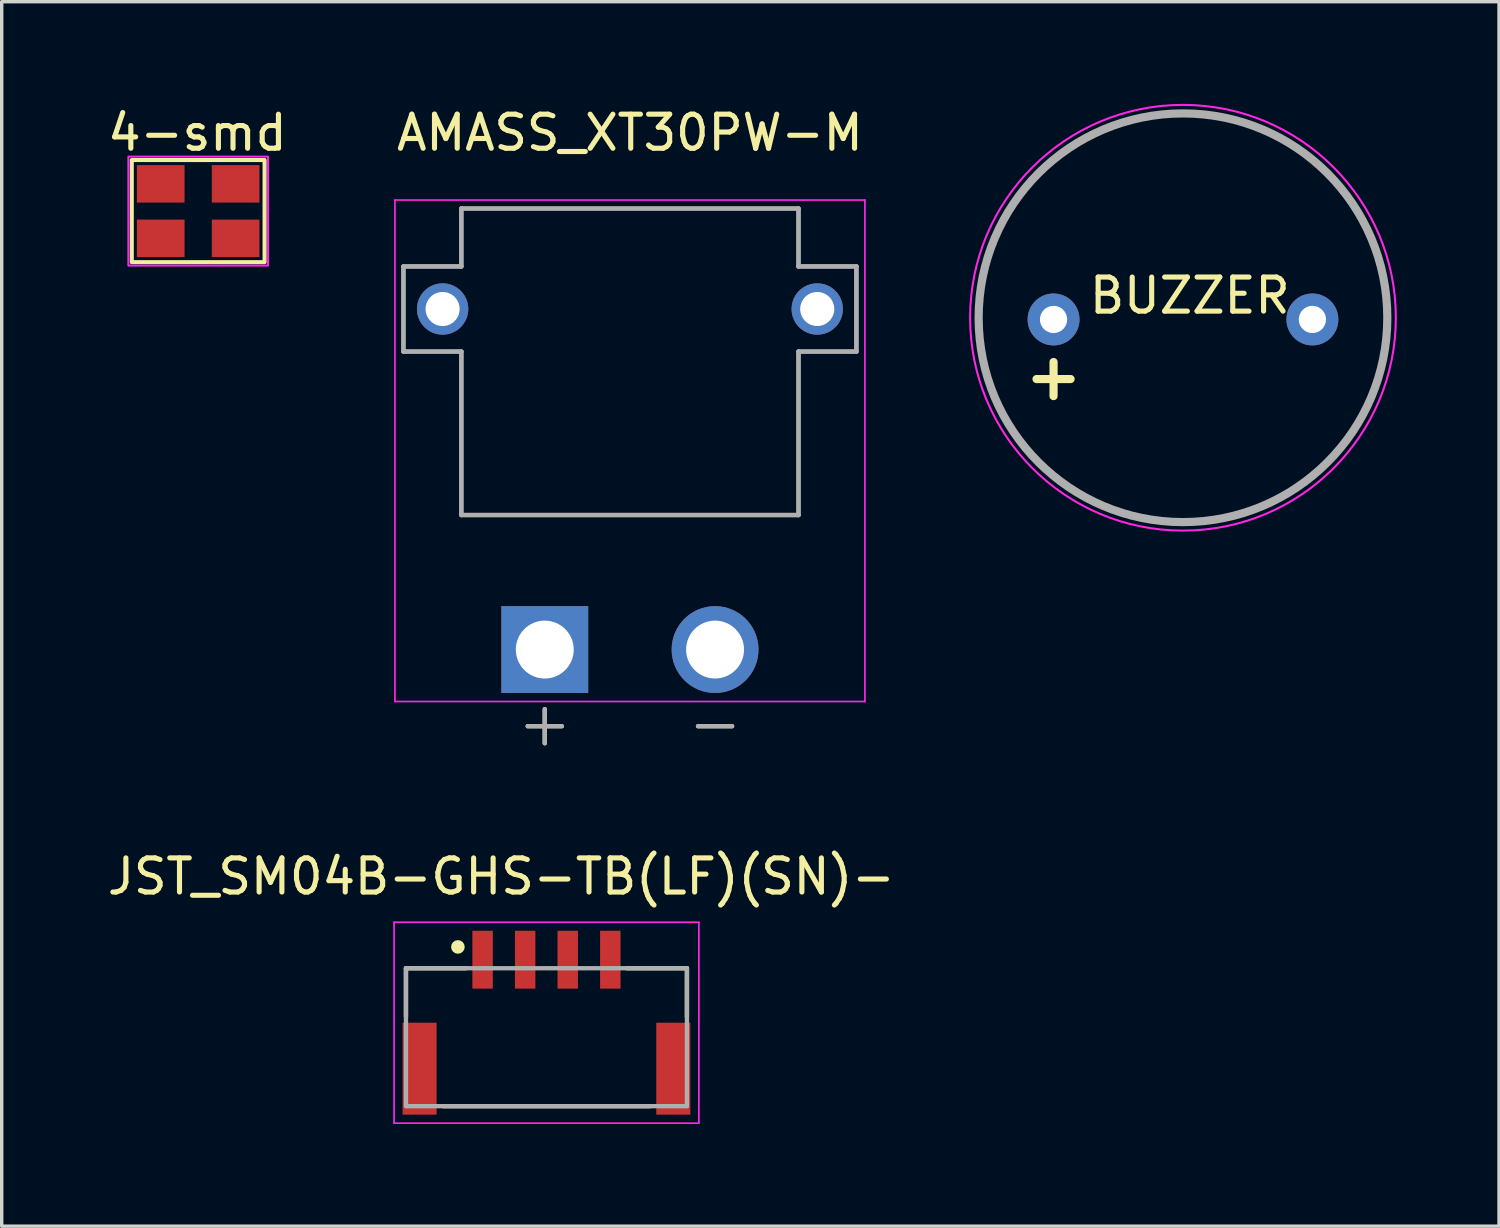
<source format=kicad_pcb>
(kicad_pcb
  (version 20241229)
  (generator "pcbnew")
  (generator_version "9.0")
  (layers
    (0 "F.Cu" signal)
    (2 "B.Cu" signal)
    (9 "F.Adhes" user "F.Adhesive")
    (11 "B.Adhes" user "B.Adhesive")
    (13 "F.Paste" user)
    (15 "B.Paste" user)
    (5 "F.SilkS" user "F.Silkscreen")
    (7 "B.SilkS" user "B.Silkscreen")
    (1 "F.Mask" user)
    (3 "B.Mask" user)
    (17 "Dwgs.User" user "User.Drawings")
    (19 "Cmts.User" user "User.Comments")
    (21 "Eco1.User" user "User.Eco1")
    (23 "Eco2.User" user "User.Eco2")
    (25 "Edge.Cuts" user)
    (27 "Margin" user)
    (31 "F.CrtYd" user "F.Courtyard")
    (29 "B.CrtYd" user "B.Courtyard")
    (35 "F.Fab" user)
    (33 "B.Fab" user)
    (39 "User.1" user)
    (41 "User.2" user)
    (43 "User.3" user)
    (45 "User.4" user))
  (footprint "AMASS_XT30PW-M"
    (layer "F.Cu")
    (at 15.446 6.023)
    (property "Reference" "AMASS_XT30PW-M" (at 0 -5.175 0) (layer "F.SilkS") (effects (font (size 1 1) (thickness 0.15))))
    (attr through_hole)
    (fp_line (start -3 12.25) (end -2 12.25) (stroke (width 0.127) (type solid)) (layer "F.SilkS"))
    (fp_line (start -2.5 12.75) (end -2.5 11.75) (stroke (width 0.127) (type solid)) (layer "F.SilkS"))
    (fp_line (start 2 12.25) (end 3 12.25) (stroke (width 0.127) (type solid)) (layer "F.SilkS"))
    (fp_line (start -6.9 -3.2) (end -6.9 11.525) (stroke (width 0.05) (type solid)) (layer "F.CrtYd"))
    (fp_line (start -6.9 11.525) (end 6.9 11.525) (stroke (width 0.05) (type solid)) (layer "F.CrtYd"))
    (fp_line (start 6.9 -3.2) (end -6.9 -3.2) (stroke (width 0.05) (type solid)) (layer "F.CrtYd"))
    (fp_line (start 6.9 11.525) (end 6.9 -3.2) (stroke (width 0.05) (type solid)) (layer "F.CrtYd"))
    (fp_line (start -6.65 -1.25) (end -4.95 -1.25) (stroke (width 0.127) (type solid)) (layer "F.Fab"))
    (fp_line (start -6.65 -1.25) (end -4.95 -1.25) (stroke (width 0.127) (type solid)) (layer "F.Fab"))
    (fp_line (start -6.65 1.25) (end -6.65 -1.25) (stroke (width 0.127) (type solid)) (layer "F.Fab"))
    (fp_line (start -6.65 1.25) (end -6.65 -1.25) (stroke (width 0.127) (type solid)) (layer "F.Fab"))
    (fp_line (start -4.95 -2.95) (end 4.95 -2.95) (stroke (width 0.127) (type solid)) (layer "F.Fab"))
    (fp_line (start -4.95 -2.95) (end 4.95 -2.95) (stroke (width 0.127) (type solid)) (layer "F.Fab"))
    (fp_line (start -4.95 -1.25) (end -4.95 -2.95) (stroke (width 0.127) (type solid)) (layer "F.Fab"))
    (fp_line (start -4.95 -1.25) (end -4.95 -2.95) (stroke (width 0.127) (type solid)) (layer "F.Fab"))
    (fp_line (start -4.95 1.25) (end -6.65 1.25) (stroke (width 0.127) (type solid)) (layer "F.Fab"))
    (fp_line (start -4.95 1.25) (end -6.65 1.25) (stroke (width 0.127) (type solid)) (layer "F.Fab"))
    (fp_line (start -4.95 6.05) (end -4.95 1.25) (stroke (width 0.127) (type solid)) (layer "F.Fab"))
    (fp_line (start -4.95 6.05) (end -4.95 1.25) (stroke (width 0.127) (type solid)) (layer "F.Fab"))
    (fp_line (start -3 12.25) (end -2 12.25) (stroke (width 0.127) (type solid)) (layer "F.Fab"))
    (fp_line (start -2.5 12.75) (end -2.5 11.75) (stroke (width 0.127) (type solid)) (layer "F.Fab"))
    (fp_line (start 2 12.25) (end 3 12.25) (stroke (width 0.127) (type solid)) (layer "F.Fab"))
    (fp_line (start 4.95 -2.95) (end 4.95 -1.25) (stroke (width 0.127) (type solid)) (layer "F.Fab"))
    (fp_line (start 4.95 -2.95) (end 4.95 -1.25) (stroke (width 0.127) (type solid)) (layer "F.Fab"))
    (fp_line (start 4.95 -1.25) (end 6.65 -1.25) (stroke (width 0.127) (type solid)) (layer "F.Fab"))
    (fp_line (start 4.95 -1.25) (end 6.65 -1.25) (stroke (width 0.127) (type solid)) (layer "F.Fab"))
    (fp_line (start 4.95 1.25) (end 4.95 6.05) (stroke (width 0.127) (type solid)) (layer "F.Fab"))
    (fp_line (start 4.95 1.25) (end 4.95 6.05) (stroke (width 0.127) (type solid)) (layer "F.Fab"))
    (fp_line (start 4.95 6.05) (end -4.95 6.05) (stroke (width 0.127) (type solid)) (layer "F.Fab"))
    (fp_line (start 4.95 6.05) (end -4.95 6.05) (stroke (width 0.127) (type solid)) (layer "F.Fab"))
    (fp_line (start 6.65 -1.25) (end 6.65 1.25) (stroke (width 0.127) (type solid)) (layer "F.Fab"))
    (fp_line (start 6.65 -1.25) (end 6.65 1.25) (stroke (width 0.127) (type solid)) (layer "F.Fab"))
    (fp_line (start 6.65 1.25) (end 4.95 1.25) (stroke (width 0.127) (type solid)) (layer "F.Fab"))
    (fp_line (start 6.65 1.25) (end 4.95 1.25) (stroke (width 0.127) (type solid)) (layer "F.Fab"))
    (pad "" thru_hole circle (at -5.5 0) (size 1.508 1.508) (drill 1) (layers "*.Cu" "*.Mask"))
    (pad "" thru_hole circle (at 5.5 0) (size 1.508 1.508) (drill 1) (layers "*.Cu" "*.Mask"))
    (pad "1" thru_hole circle (at 2.5 10) (size 2.55 2.55) (drill 1.7) (layers "*.Cu" "*.Mask"))
    (pad "2" thru_hole rect (at -2.5 10) (size 2.55 2.55) (drill 1.7) (layers "*.Cu" "*.Mask")))
  (footprint "BUZZER"
    (layer "F.Cu")
    (at 27.885 6.33)
    (property "Reference" "BUZZER" (at 4 -0.7 0) (unlocked yes) (layer "F.SilkS") (effects (font (size 1 1) (thickness 0.15))))
    (attr through_hole)
    (fp_line (start -0.5 1.75) (end 0.5 1.75) (stroke (width 0.24) (type default)) (layer "F.SilkS"))
    (fp_line (start 0 1.25) (end 0 2.25) (stroke (width 0.24) (type default)) (layer "F.SilkS"))
    (fp_circle (center 3.8 -0.05) (end 10.05 0) (stroke (width 0.06) (type default)) (fill no) (layer "F.CrtYd"))
    (fp_circle (center 3.8 -0.05) (end 9.8 -0.05) (stroke (width 0.24) (type default)) (fill no) (layer "F.Fab"))
    (pad "1" thru_hole circle (at 0 0) (size 1.524 1.524) (drill 0.8) (layers "*.Cu" "*.Mask"))
    (pad "2" thru_hole circle (at 7.6 0) (size 1.524 1.524) (drill 0.8) (layers "*.Cu" "*.Mask")))
  (footprint "JST_SM04B-GHS-TB(LF)(SN)-"
    (layer "F.Cu")
    (at 12.995 27.404)
    (property "Reference" "JST_SM04B-GHS-TB(LF)(SN)-" (at -1.327 -4.718 0) (layer "F.SilkS") (effects (font (size 1.002 1.002) (thickness 0.15))))
    (attr smd)
    (fp_line (start -4.125 -2.025) (end -2.36 -2.025) (stroke (width 0.127) (type solid)) (layer "F.SilkS"))
    (fp_line (start -4.125 -0.605) (end -4.125 -2.025) (stroke (width 0.127) (type solid)) (layer "F.SilkS"))
    (fp_line (start -3.04 2.025) (end 3.05 2.025) (stroke (width 0.127) (type solid)) (layer "F.SilkS"))
    (fp_line (start 4.125 -2.025) (end 2.36 -2.025) (stroke (width 0.127) (type solid)) (layer "F.SilkS"))
    (fp_line (start 4.125 -0.595) (end 4.125 -2.025) (stroke (width 0.127) (type solid)) (layer "F.SilkS"))
    (fp_circle (center -2.6 -2.65) (end -2.5 -2.65) (stroke (width 0.2) (type solid)) (fill no) (layer "F.SilkS"))
    (fp_line (start -4.475 -3.375) (end 4.475 -3.375) (stroke (width 0.05) (type solid)) (layer "F.CrtYd"))
    (fp_line (start -4.475 2.525) (end -4.475 -3.375) (stroke (width 0.05) (type solid)) (layer "F.CrtYd"))
    (fp_line (start 4.475 -3.375) (end 4.475 2.525) (stroke (width 0.05) (type solid)) (layer "F.CrtYd"))
    (fp_line (start 4.475 2.525) (end -4.475 2.525) (stroke (width 0.05) (type solid)) (layer "F.CrtYd"))
    (fp_line (start -4.125 -2.025) (end 4.125 -2.025) (stroke (width 0.127) (type solid)) (layer "F.Fab"))
    (fp_line (start -4.125 2.025) (end -4.125 -2.025) (stroke (width 0.127) (type solid)) (layer "F.Fab"))
    (fp_line (start 4.125 -2.025) (end 4.125 2.025) (stroke (width 0.127) (type solid)) (layer "F.Fab"))
    (fp_line (start 4.125 2.025) (end -4.125 2.025) (stroke (width 0.127) (type solid)) (layer "F.Fab"))
    (pad "" smd rect (at -3.725 0.925 90) (size 2.7 1) (layers "F.Cu" "F.Mask" "F.Paste"))
    (pad "" smd rect (at 3.725 0.925 90) (size 2.7 1) (layers "F.Cu" "F.Mask" "F.Paste"))
    (pad "1" smd rect (at -1.875 -2.275 90) (size 1.7 0.6) (layers "F.Cu" "F.Mask" "F.Paste"))
    (pad "2" smd rect (at -0.625 -2.275 90) (size 1.7 0.6) (layers "F.Cu" "F.Mask" "F.Paste"))
    (pad "3" smd rect (at 0.625 -2.275 90) (size 1.7 0.6) (layers "F.Cu" "F.Mask" "F.Paste"))
    (pad "4" smd rect (at 1.875 -2.275 90) (size 1.7 0.6) (layers "F.Cu" "F.Mask" "F.Paste")))
  (footprint "4-smd"
    (layer "F.Cu")
    (at 2.744 3.148)
    (property "Reference" "4-smd" (at 0 -2.3 0) (unlocked yes) (layer "F.SilkS") (effects (font (size 1 1) (thickness 0.15))))
    (attr smd)
    (fp_rect (start -1.925 -1.5) (end 1.975 1.5) (stroke (width 0.12) (type default)) (fill no) (layer "F.SilkS"))
    (fp_rect (start -2.025 -1.6) (end 2.075 1.6) (stroke (width 0.06) (type default)) (fill no) (layer "F.CrtYd"))
    (pad "1" smd rect (at -1.075 0.8) (size 1.4 1.1) (layers "F.Cu" "F.Mask" "F.Paste"))
    (pad "2" smd rect (at 1.125 0.8) (size 1.4 1.1) (layers "F.Cu" "F.Mask" "F.Paste"))
    (pad "3" smd rect (at 1.125 -0.8) (size 1.4 1.1) (layers "F.Cu" "F.Mask" "F.Paste"))
    (pad "4" smd rect (at -1.075 -0.8) (size 1.4 1.1) (layers "F.Cu" "F.Mask" "F.Paste")))
  (gr_rect
    (start -3 -3)
    (end 40.965 32.954)
    (stroke (width 0.1) (type default))
    (fill no)
    (layer "Edge.Cuts")))
</source>
